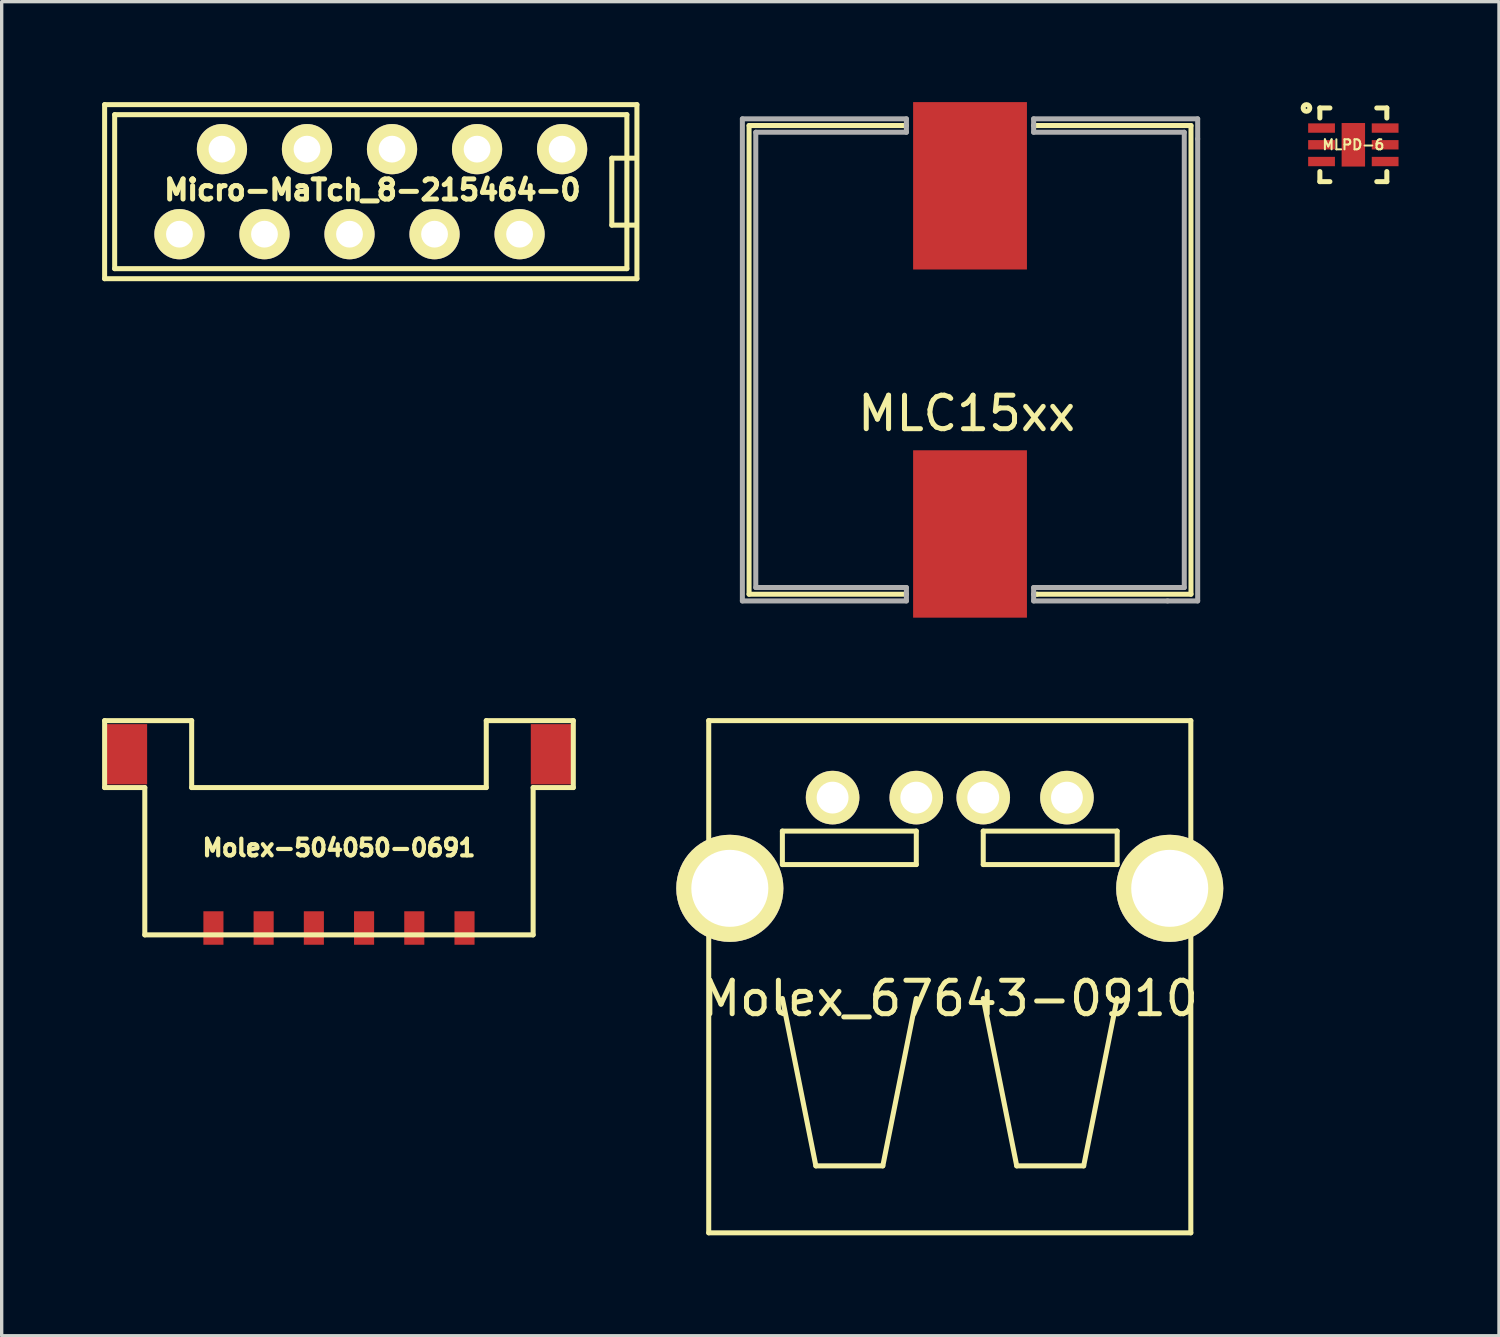
<source format=kicad_pcb>
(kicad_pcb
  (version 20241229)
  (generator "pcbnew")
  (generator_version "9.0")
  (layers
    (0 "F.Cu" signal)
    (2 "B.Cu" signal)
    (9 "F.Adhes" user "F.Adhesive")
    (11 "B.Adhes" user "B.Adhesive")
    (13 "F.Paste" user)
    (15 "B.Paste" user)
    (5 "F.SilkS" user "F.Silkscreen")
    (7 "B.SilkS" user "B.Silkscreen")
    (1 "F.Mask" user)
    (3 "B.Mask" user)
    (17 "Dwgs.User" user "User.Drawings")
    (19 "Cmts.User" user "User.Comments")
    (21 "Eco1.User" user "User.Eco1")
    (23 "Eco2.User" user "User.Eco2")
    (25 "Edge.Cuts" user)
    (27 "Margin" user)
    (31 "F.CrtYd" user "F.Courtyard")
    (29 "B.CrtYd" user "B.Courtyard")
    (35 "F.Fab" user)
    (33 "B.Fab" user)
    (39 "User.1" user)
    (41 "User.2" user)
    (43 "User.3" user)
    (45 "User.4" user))
  (footprint "Micro-MaTch_8-215464-0"
    (layer "F.Cu")
    (at 8.025 2.675)
    (property "Reference" "Micro-MaTch_8-215464-0" (at 0.05 -0.05 0) (layer "F.SilkS") (effects (font (size 0.6 0.6) (thickness 0.15))))
    (attr through_hole)
    (fp_line (start -7.95 -2.6) (end 7.95 -2.6) (stroke (width 0.15) (type solid)) (layer "F.SilkS"))
    (fp_line (start -7.95 2.6) (end -7.95 -2.6) (stroke (width 0.15) (type solid)) (layer "F.SilkS"))
    (fp_line (start -7.65 -2.3) (end 7.65 -2.3) (stroke (width 0.15) (type solid)) (layer "F.SilkS"))
    (fp_line (start -7.65 2.3) (end -7.65 -2.3) (stroke (width 0.15) (type solid)) (layer "F.SilkS"))
    (fp_line (start 7.2 -1) (end 7.2 1) (stroke (width 0.15) (type solid)) (layer "F.SilkS"))
    (fp_line (start 7.2 1) (end 7.9 1) (stroke (width 0.15) (type solid)) (layer "F.SilkS"))
    (fp_line (start 7.65 -2.3) (end 7.65 2.3) (stroke (width 0.15) (type solid)) (layer "F.SilkS"))
    (fp_line (start 7.65 2.3) (end -7.65 2.3) (stroke (width 0.15) (type solid)) (layer "F.SilkS"))
    (fp_line (start 7.9 -1) (end 7.2 -1) (stroke (width 0.15) (type solid)) (layer "F.SilkS"))
    (fp_line (start 7.95 -2.6) (end 7.95 2.6) (stroke (width 0.15) (type solid)) (layer "F.SilkS"))
    (fp_line (start 7.95 2.6) (end -7.95 2.6) (stroke (width 0.15) (type solid)) (layer "F.SilkS"))
    (pad "1" thru_hole circle (at -5.715 1.27) (size 1.5 1.5) (drill 0.8) (layers "*.Cu" "*.Mask" "F.SilkS"))
    (pad "2" thru_hole circle (at -4.445 -1.27) (size 1.5 1.5) (drill 0.8) (layers "*.Cu" "*.Mask" "F.SilkS"))
    (pad "3" thru_hole circle (at -3.175 1.27) (size 1.5 1.5) (drill 0.8) (layers "*.Cu" "*.Mask" "F.SilkS"))
    (pad "4" thru_hole circle (at -1.905 -1.27) (size 1.5 1.5) (drill 0.8) (layers "*.Cu" "*.Mask" "F.SilkS"))
    (pad "5" thru_hole circle (at -0.635 1.27) (size 1.5 1.5) (drill 0.8) (layers "*.Cu" "*.Mask" "F.SilkS"))
    (pad "6" thru_hole circle (at 0.635 -1.27) (size 1.5 1.5) (drill 0.8) (layers "*.Cu" "*.Mask" "F.SilkS"))
    (pad "7" thru_hole circle (at 1.905 1.27) (size 1.5 1.5) (drill 0.8) (layers "*.Cu" "*.Mask" "F.SilkS"))
    (pad "8" thru_hole circle (at 3.175 -1.27) (size 1.5 1.5) (drill 0.8) (layers "*.Cu" "*.Mask" "F.SilkS"))
    (pad "9" thru_hole circle (at 4.445 1.27) (size 1.5 1.5) (drill 0.8) (layers "*.Cu" "*.Mask" "F.SilkS"))
    (pad "10" thru_hole circle (at 5.715 -1.27) (size 1.5 1.5) (drill 0.8) (layers "*.Cu" "*.Mask" "F.SilkS")))
  (footprint "Molex-504050-0691"
    (layer "F.Cu")
    (at 7.075 22.275)
    (property "Reference" "Molex-504050-0691" (at 0 0 0) (layer "F.SilkS") (effects (font (size 0.5 0.5) (thickness 0.125))))
    (attr through_hole)
    (fp_line (start -7 -3.8) (end -7 -1.8) (stroke (width 0.15) (type solid)) (layer "F.SilkS"))
    (fp_line (start -7 -1.8) (end -5.8 -1.8) (stroke (width 0.15) (type solid)) (layer "F.SilkS"))
    (fp_line (start -5.8 -1.8) (end -5.8 2.6) (stroke (width 0.15) (type solid)) (layer "F.SilkS"))
    (fp_line (start -5.8 2.6) (end 5.8 2.6) (stroke (width 0.15) (type solid)) (layer "F.SilkS"))
    (fp_line (start -4.4 -3.8) (end -7 -3.8) (stroke (width 0.15) (type solid)) (layer "F.SilkS"))
    (fp_line (start -4.4 -1.8) (end -4.4 -3.8) (stroke (width 0.15) (type solid)) (layer "F.SilkS"))
    (fp_line (start 4.4 -3.8) (end 4.4 -1.8) (stroke (width 0.15) (type solid)) (layer "F.SilkS"))
    (fp_line (start 4.4 -1.8) (end -4.4 -1.8) (stroke (width 0.15) (type solid)) (layer "F.SilkS"))
    (fp_line (start 5.8 -1.8) (end 7 -1.8) (stroke (width 0.15) (type solid)) (layer "F.SilkS"))
    (fp_line (start 5.8 2.6) (end 5.8 -1.8) (stroke (width 0.15) (type solid)) (layer "F.SilkS"))
    (fp_line (start 7 -3.8) (end 4.4 -3.8) (stroke (width 0.15) (type solid)) (layer "F.SilkS"))
    (fp_line (start 7 -1.8) (end 7 -3.8) (stroke (width 0.15) (type solid)) (layer "F.SilkS"))
    (pad "1" smd rect (at -3.75 2.395) (size 0.6 1) (layers "F.Cu" "F.Mask" "F.Paste"))
    (pad "2" smd rect (at -2.25 2.395) (size 0.6 1) (layers "F.Cu" "F.Mask" "F.Paste"))
    (pad "3" smd rect (at -0.75 2.395) (size 0.6 1) (layers "F.Cu" "F.Mask" "F.Paste"))
    (pad "4" smd rect (at 0.75 2.395) (size 0.6 1) (layers "F.Cu" "F.Mask" "F.Paste"))
    (pad "5" smd rect (at 2.25 2.395) (size 0.6 1) (layers "F.Cu" "F.Mask" "F.Paste"))
    (pad "6" smd rect (at 3.75 2.395) (size 0.6 1) (layers "F.Cu" "F.Mask" "F.Paste"))
    (pad "Fix" smd rect (at -6.355 -2.795) (size 1.25 1.8) (layers "F.Cu" "F.Mask" "F.Paste"))
    (pad "Fix" smd rect (at 6.355 -2.795) (size 1.25 1.8) (layers "F.Cu" "F.Mask" "F.Paste")))
  (footprint "MLC15xx"
    (layer "F.Cu")
    (at 25.925 7.7)
    (property "Reference" "MLC15xx" (at -0.1 1.6 0) (layer "F.SilkS") (effects (font (size 1 1) (thickness 0.15))))
    (attr through_hole)
    (fp_line (start -6.6 -7) (end -2 -7) (stroke (width 0.15) (type solid)) (layer "F.SilkS"))
    (fp_line (start -6.6 7) (end -6.6 -7) (stroke (width 0.15) (type solid)) (layer "F.SilkS"))
    (fp_line (start -6.6 7) (end -1.9 7) (stroke (width 0.15) (type solid)) (layer "F.SilkS"))
    (fp_line (start -1.9 -7) (end -2 -7) (stroke (width 0.15) (type solid)) (layer "F.SilkS"))
    (fp_line (start 1.9 -7) (end 2 -7) (stroke (width 0.15) (type solid)) (layer "F.SilkS"))
    (fp_line (start 1.9 7) (end 2 7) (stroke (width 0.15) (type solid)) (layer "F.SilkS"))
    (fp_line (start 6.6 -7) (end 2 -7) (stroke (width 0.15) (type solid)) (layer "F.SilkS"))
    (fp_line (start 6.6 -7) (end 6.6 7) (stroke (width 0.15) (type solid)) (layer "F.SilkS"))
    (fp_line (start 6.6 7) (end 2 7) (stroke (width 0.15) (type solid)) (layer "F.SilkS"))
    (fp_line (start -6.8 -7.2) (end -1.9 -7.2) (stroke (width 0.15) (type solid)) (layer "F.Fab"))
    (fp_line (start -6.8 7.2) (end -6.8 -7.2) (stroke (width 0.15) (type solid)) (layer "F.Fab"))
    (fp_line (start -6.4 -6.8) (end -6.4 6.8) (stroke (width 0.15) (type solid)) (layer "F.Fab"))
    (fp_line (start -6.4 6.8) (end -1.9 6.8) (stroke (width 0.15) (type solid)) (layer "F.Fab"))
    (fp_line (start -1.9 -7.2) (end -1.9 -6.8) (stroke (width 0.15) (type solid)) (layer "F.Fab"))
    (fp_line (start -1.9 -6.8) (end -6.4 -6.8) (stroke (width 0.15) (type solid)) (layer "F.Fab"))
    (fp_line (start -1.9 6.8) (end -1.9 7.2) (stroke (width 0.15) (type solid)) (layer "F.Fab"))
    (fp_line (start -1.9 7.2) (end -6.8 7.2) (stroke (width 0.15) (type solid)) (layer "F.Fab"))
    (fp_line (start 1.9 -7.2) (end 6.8 -7.2) (stroke (width 0.15) (type solid)) (layer "F.Fab"))
    (fp_line (start 1.9 -6.8) (end 1.9 -7.2) (stroke (width 0.15) (type solid)) (layer "F.Fab"))
    (fp_line (start 1.9 6.8) (end 6.4 6.8) (stroke (width 0.15) (type solid)) (layer "F.Fab"))
    (fp_line (start 1.9 7.2) (end 1.9 6.8) (stroke (width 0.15) (type solid)) (layer "F.Fab"))
    (fp_line (start 5.9 7.2) (end 1.9 7.2) (stroke (width 0.15) (type solid)) (layer "F.Fab"))
    (fp_line (start 6.4 -6.8) (end 1.9 -6.8) (stroke (width 0.15) (type solid)) (layer "F.Fab"))
    (fp_line (start 6.4 6.8) (end 6.4 -6.8) (stroke (width 0.15) (type solid)) (layer "F.Fab"))
    (fp_line (start 6.8 -7.2) (end 6.8 -6.6) (stroke (width 0.15) (type solid)) (layer "F.Fab"))
    (fp_line (start 6.8 -6.6) (end 6.8 7.2) (stroke (width 0.15) (type solid)) (layer "F.Fab"))
    (fp_line (start 6.8 7.2) (end 5.9 7.2) (stroke (width 0.15) (type solid)) (layer "F.Fab"))
    (pad "1" smd rect (at 0 -5.2) (size 3.4 5) (layers "F.Cu" "F.Mask" "F.Paste"))
    (pad "2" smd rect (at 0 5.2) (size 3.4 5) (layers "F.Cu" "F.Mask" "F.Paste")))
  (footprint "Molex_67643-0910"
    (layer "F.Cu")
    (at 25.32 20.775)
    (property "Reference" "Molex_67643-0910" (at 0 6 0) (layer "F.SilkS") (effects (font (size 1 1) (thickness 0.15))))
    (attr through_hole)
    (fp_line (start -7.2 -2.3) (end -7.2 13) (stroke (width 0.15) (type solid)) (layer "F.SilkS"))
    (fp_line (start -7.2 13) (end 7.2 13) (stroke (width 0.15) (type solid)) (layer "F.SilkS"))
    (fp_line (start -5 1) (end -5 2) (stroke (width 0.15) (type solid)) (layer "F.SilkS"))
    (fp_line (start -5 2) (end -1 2) (stroke (width 0.15) (type solid)) (layer "F.SilkS"))
    (fp_line (start -4 11) (end -5 6) (stroke (width 0.15) (type solid)) (layer "F.SilkS"))
    (fp_line (start -2 11) (end -4 11) (stroke (width 0.15) (type solid)) (layer "F.SilkS"))
    (fp_line (start -1 1) (end -5 1) (stroke (width 0.15) (type solid)) (layer "F.SilkS"))
    (fp_line (start -1 2) (end -1 1) (stroke (width 0.15) (type solid)) (layer "F.SilkS"))
    (fp_line (start -1 6) (end -2 11) (stroke (width 0.15) (type solid)) (layer "F.SilkS"))
    (fp_line (start 1 1) (end 5 1) (stroke (width 0.15) (type solid)) (layer "F.SilkS"))
    (fp_line (start 1 2) (end 1 1) (stroke (width 0.15) (type solid)) (layer "F.SilkS"))
    (fp_line (start 1 6) (end 2 11) (stroke (width 0.15) (type solid)) (layer "F.SilkS"))
    (fp_line (start 2 11) (end 4 11) (stroke (width 0.15) (type solid)) (layer "F.SilkS"))
    (fp_line (start 4 11) (end 5 6) (stroke (width 0.15) (type solid)) (layer "F.SilkS"))
    (fp_line (start 5 1) (end 5 2) (stroke (width 0.15) (type solid)) (layer "F.SilkS"))
    (fp_line (start 5 2) (end 1 2) (stroke (width 0.15) (type solid)) (layer "F.SilkS"))
    (fp_line (start 7.2 -2.3) (end -7.2 -2.3) (stroke (width 0.15) (type solid)) (layer "F.SilkS"))
    (fp_line (start 7.2 13) (end 7.2 -2.3) (stroke (width 0.15) (type solid)) (layer "F.SilkS"))
    (pad "1" thru_hole circle (at -3.5 0) (size 1.6 1.6) (drill 0.95) (layers "*.Cu" "*.Mask" "F.SilkS"))
    (pad "2" thru_hole circle (at -1 0) (size 1.6 1.6) (drill 0.95) (layers "*.Cu" "*.Mask" "F.SilkS"))
    (pad "3" thru_hole circle (at 1 0) (size 1.6 1.6) (drill 0.95) (layers "*.Cu" "*.Mask" "F.SilkS"))
    (pad "4" thru_hole circle (at 3.5 0) (size 1.6 1.6) (drill 0.95) (layers "*.Cu" "*.Mask" "F.SilkS"))
    (pad "5" thru_hole circle (at -6.57 2.71) (size 3.2 3.2) (drill 2.3) (layers "*.Cu" "*.Mask" "F.SilkS"))
    (pad "6" thru_hole circle (at 6.57 2.71) (size 3.2 3.2) (drill 2.3) (layers "*.Cu" "*.Mask" "F.SilkS")))
  (footprint "MLPD-6"
    (layer "F.Cu")
    (at 37.375 1.275)
    (property "Reference" "MLPD-6" (at 0 0 0) (layer "F.SilkS") (effects (font (size 0.3 0.3) (thickness 0.06))))
    (attr smd)
    (fp_line (start -1 -1.1) (end -0.7 -1.1) (stroke (width 0.15) (type solid)) (layer "F.SilkS"))
    (fp_line (start -1 -0.8) (end -1 -1.1) (stroke (width 0.15) (type solid)) (layer "F.SilkS"))
    (fp_line (start -1 0.8) (end -1 1.1) (stroke (width 0.15) (type solid)) (layer "F.SilkS"))
    (fp_line (start -1 1.1) (end -0.7 1.1) (stroke (width 0.15) (type solid)) (layer "F.SilkS"))
    (fp_line (start 1 -1.1) (end 0.7 -1.1) (stroke (width 0.15) (type solid)) (layer "F.SilkS"))
    (fp_line (start 1 -0.8) (end 1 -1.1) (stroke (width 0.15) (type solid)) (layer "F.SilkS"))
    (fp_line (start 1 0.8) (end 1 1.1) (stroke (width 0.15) (type solid)) (layer "F.SilkS"))
    (fp_line (start 1 1.1) (end 0.7 1.1) (stroke (width 0.15) (type solid)) (layer "F.SilkS"))
    (fp_circle (center -1.4 -1.1) (end -1.4 -1) (stroke (width 0.15) (type solid)) (fill no) (layer "F.SilkS"))
    (pad "1" smd rect (at -0.95 -0.5) (size 0.8 0.28) (layers "F.Cu" "F.Mask" "F.Paste"))
    (pad "2" smd rect (at -0.95 0) (size 0.8 0.28) (layers "F.Cu" "F.Mask" "F.Paste"))
    (pad "3" smd rect (at -0.95 0.5) (size 0.8 0.28) (layers "F.Cu" "F.Mask" "F.Paste"))
    (pad "4" smd rect (at 0.95 0.5) (size 0.8 0.28) (layers "F.Cu" "F.Mask" "F.Paste"))
    (pad "5" smd rect (at 0.95 0) (size 0.8 0.28) (layers "F.Cu" "F.Mask" "F.Paste"))
    (pad "6" smd rect (at 0.95 -0.5) (size 0.8 0.28) (layers "F.Cu" "F.Mask" "F.Paste"))
    (pad "7" smd rect (at 0 0) (size 0.7 1.3) (layers "F.Cu" "F.Mask" "F.Paste")))
  (gr_rect
    (start -3 -3)
    (end 41.725 36.85)
    (stroke (width 0.1) (type default))
    (fill no)
    (layer "Edge.Cuts")))
</source>
